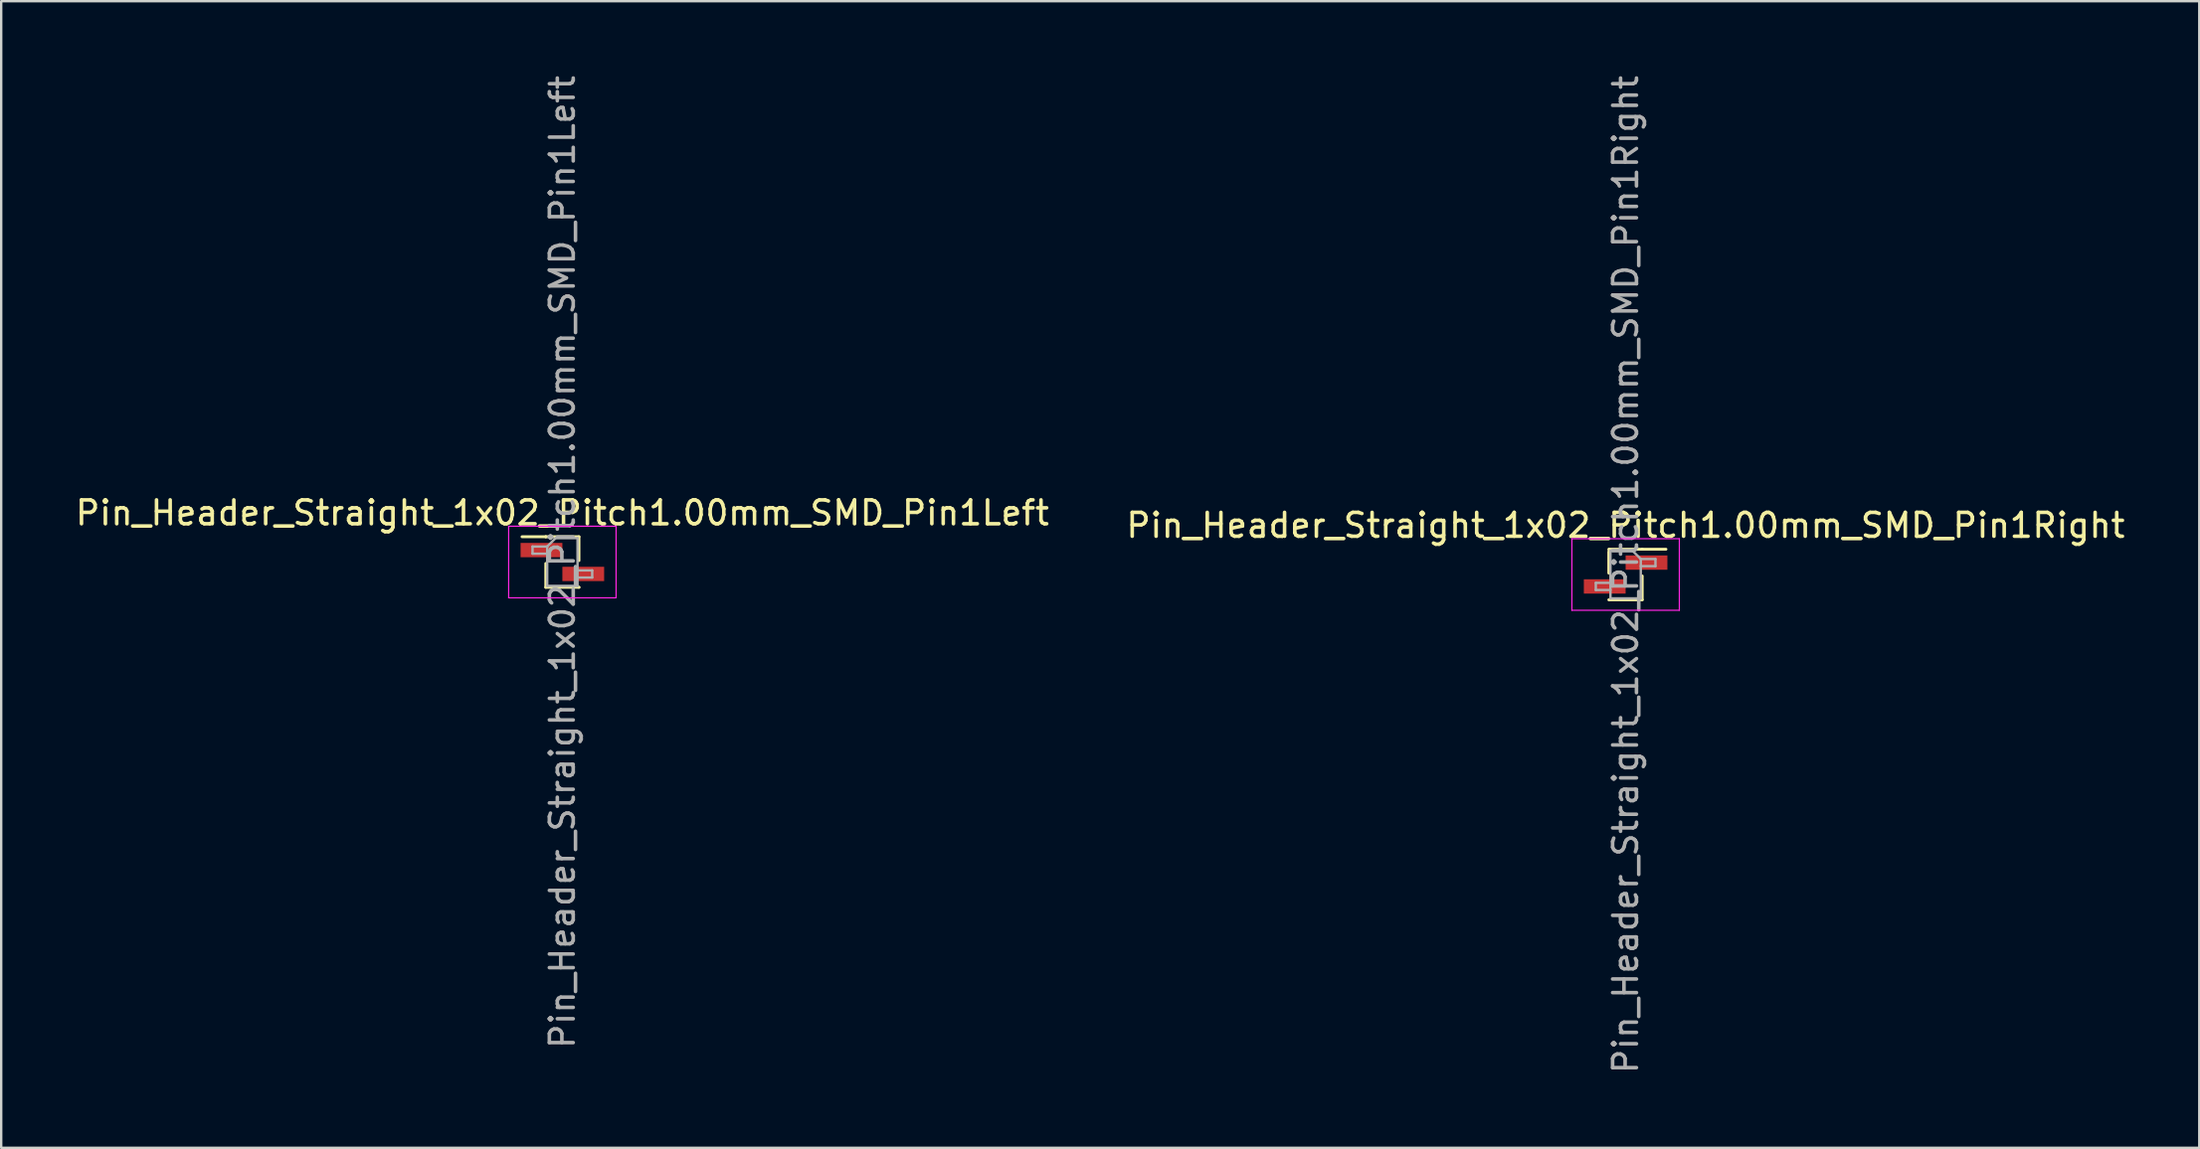
<source format=kicad_pcb>
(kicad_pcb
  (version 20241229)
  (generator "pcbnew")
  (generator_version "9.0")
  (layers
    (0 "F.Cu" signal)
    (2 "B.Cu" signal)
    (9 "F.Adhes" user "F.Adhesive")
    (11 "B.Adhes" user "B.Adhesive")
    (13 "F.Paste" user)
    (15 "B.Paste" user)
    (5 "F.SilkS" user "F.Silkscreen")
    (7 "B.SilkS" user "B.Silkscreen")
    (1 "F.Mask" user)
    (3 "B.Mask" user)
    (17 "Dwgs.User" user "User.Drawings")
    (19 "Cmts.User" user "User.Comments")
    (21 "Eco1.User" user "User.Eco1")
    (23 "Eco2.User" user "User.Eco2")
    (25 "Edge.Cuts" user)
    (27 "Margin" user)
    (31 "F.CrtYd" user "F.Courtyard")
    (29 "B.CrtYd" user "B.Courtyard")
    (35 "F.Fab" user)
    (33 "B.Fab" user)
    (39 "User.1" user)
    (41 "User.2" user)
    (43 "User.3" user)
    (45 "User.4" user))
  (footprint "Pin_Header_Straight_1x02_Pitch1.00mm_SMD_Pin1Right"
    (layer "F.Cu")
    (at 65.042 21.03)
    (property "Reference" "Pin_Header_Straight_1x02_Pitch1.00mm_SMD_Pin1Right" (at 0 -2.06 0) (layer "F.SilkS") (effects (font (size 1 1) (thickness 0.15))))
    (attr smd)
    (fp_line (start -0.695 -1.06) (end -0.695 -0.06) (stroke (width 0.12) (type solid)) (layer "F.SilkS"))
    (fp_line (start -0.695 -1.06) (end 0.695 -1.06) (stroke (width 0.12) (type solid)) (layer "F.SilkS"))
    (fp_line (start -0.695 -0.94) (end -0.695 -0.06) (stroke (width 0.12) (type solid)) (layer "F.SilkS"))
    (fp_line (start -0.695 1.06) (end -0.695 1.06) (stroke (width 0.12) (type solid)) (layer "F.SilkS"))
    (fp_line (start -0.695 1.06) (end 0.695 1.06) (stroke (width 0.12) (type solid)) (layer "F.SilkS"))
    (fp_line (start 0.695 -1.06) (end 0.695 -1.06) (stroke (width 0.12) (type solid)) (layer "F.SilkS"))
    (fp_line (start 0.695 -1.06) (end 1.69 -1.06) (stroke (width 0.12) (type solid)) (layer "F.SilkS"))
    (fp_line (start 0.695 0.06) (end 0.695 1.06) (stroke (width 0.12) (type solid)) (layer "F.SilkS"))
    (fp_line (start -2.25 -1.5) (end -2.25 1.5) (stroke (width 0.05) (type solid)) (layer "F.CrtYd"))
    (fp_line (start -2.25 1.5) (end 2.25 1.5) (stroke (width 0.05) (type solid)) (layer "F.CrtYd"))
    (fp_line (start 2.25 -1.5) (end -2.25 -1.5) (stroke (width 0.05) (type solid)) (layer "F.CrtYd"))
    (fp_line (start 2.25 1.5) (end 2.25 -1.5) (stroke (width 0.05) (type solid)) (layer "F.CrtYd"))
    (fp_line (start -1.25 0.35) (end -1.25 0.65) (stroke (width 0.1) (type solid)) (layer "F.Fab"))
    (fp_line (start -1.25 0.65) (end -0.635 0.65) (stroke (width 0.1) (type solid)) (layer "F.Fab"))
    (fp_line (start -0.635 -1) (end -0.635 1) (stroke (width 0.1) (type solid)) (layer "F.Fab"))
    (fp_line (start -0.635 -1) (end 0.285 -1) (stroke (width 0.1) (type solid)) (layer "F.Fab"))
    (fp_line (start -0.635 0.35) (end -1.25 0.35) (stroke (width 0.1) (type solid)) (layer "F.Fab"))
    (fp_line (start 0.635 -0.65) (end 0.285 -1) (stroke (width 0.1) (type solid)) (layer "F.Fab"))
    (fp_line (start 0.635 -0.65) (end 1.25 -0.65) (stroke (width 0.1) (type solid)) (layer "F.Fab"))
    (fp_line (start 0.635 1) (end -0.635 1) (stroke (width 0.1) (type solid)) (layer "F.Fab"))
    (fp_line (start 0.635 1) (end 0.635 -0.65) (stroke (width 0.1) (type solid)) (layer "F.Fab"))
    (fp_line (start 1.25 -0.65) (end 1.25 -0.35) (stroke (width 0.1) (type solid)) (layer "F.Fab"))
    (fp_line (start 1.25 -0.35) (end 0.635 -0.35) (stroke (width 0.1) (type solid)) (layer "F.Fab"))
    (fp_text user "${REFERENCE}" (at 0 0 90) (layer "F.Fab") (effects (font (size 1 1) (thickness 0.15))))
    (pad "1" smd rect (at 0.875 -0.5) (size 1.75 0.6) (layers "F.Cu" "F.Mask" "F.Paste"))
    (pad "2" smd rect (at -0.875 0.5) (size 1.75 0.6) (layers "F.Cu" "F.Mask" "F.Paste")))
  (footprint "Pin_Header_Straight_1x02_Pitch1.00mm_SMD_Pin1Left"
    (layer "F.Cu")
    (at 20.506 20.506)
    (property "Reference" "Pin_Header_Straight_1x02_Pitch1.00mm_SMD_Pin1Left" (at 0 -2.06 0) (layer "F.SilkS") (effects (font (size 1 1) (thickness 0.15))))
    (attr smd)
    (fp_line (start -0.695 -1.06) (end -1.69 -1.06) (stroke (width 0.12) (type solid)) (layer "F.SilkS"))
    (fp_line (start -0.695 -1.06) (end -0.695 -1.06) (stroke (width 0.12) (type solid)) (layer "F.SilkS"))
    (fp_line (start -0.695 -1.06) (end 0.695 -1.06) (stroke (width 0.12) (type solid)) (layer "F.SilkS"))
    (fp_line (start -0.695 0.06) (end -0.695 1.06) (stroke (width 0.12) (type solid)) (layer "F.SilkS"))
    (fp_line (start -0.695 1.06) (end 0.695 1.06) (stroke (width 0.12) (type solid)) (layer "F.SilkS"))
    (fp_line (start 0.695 -1.06) (end 0.695 -0.06) (stroke (width 0.12) (type solid)) (layer "F.SilkS"))
    (fp_line (start 0.695 1.06) (end 0.695 1.06) (stroke (width 0.12) (type solid)) (layer "F.SilkS"))
    (fp_line (start -2.25 -1.5) (end -2.25 1.5) (stroke (width 0.05) (type solid)) (layer "F.CrtYd"))
    (fp_line (start -2.25 1.5) (end 2.25 1.5) (stroke (width 0.05) (type solid)) (layer "F.CrtYd"))
    (fp_line (start 2.25 -1.5) (end -2.25 -1.5) (stroke (width 0.05) (type solid)) (layer "F.CrtYd"))
    (fp_line (start 2.25 1.5) (end 2.25 -1.5) (stroke (width 0.05) (type solid)) (layer "F.CrtYd"))
    (fp_line (start -1.25 -0.65) (end -1.25 -0.35) (stroke (width 0.1) (type solid)) (layer "F.Fab"))
    (fp_line (start -1.25 -0.35) (end -0.635 -0.35) (stroke (width 0.1) (type solid)) (layer "F.Fab"))
    (fp_line (start -0.635 -0.65) (end -1.25 -0.65) (stroke (width 0.1) (type solid)) (layer "F.Fab"))
    (fp_line (start -0.635 -0.65) (end -0.285 -1) (stroke (width 0.1) (type solid)) (layer "F.Fab"))
    (fp_line (start -0.635 1) (end -0.635 -0.65) (stroke (width 0.1) (type solid)) (layer "F.Fab"))
    (fp_line (start -0.285 -1) (end 0.635 -1) (stroke (width 0.1) (type solid)) (layer "F.Fab"))
    (fp_line (start 0.635 -1) (end 0.635 1) (stroke (width 0.1) (type solid)) (layer "F.Fab"))
    (fp_line (start 0.635 0.35) (end 1.25 0.35) (stroke (width 0.1) (type solid)) (layer "F.Fab"))
    (fp_line (start 0.635 1) (end -0.635 1) (stroke (width 0.1) (type solid)) (layer "F.Fab"))
    (fp_line (start 1.25 0.35) (end 1.25 0.65) (stroke (width 0.1) (type solid)) (layer "F.Fab"))
    (fp_line (start 1.25 0.65) (end 0.635 0.65) (stroke (width 0.1) (type solid)) (layer "F.Fab"))
    (fp_text user "${REFERENCE}" (at 0 0 90) (layer "F.Fab") (effects (font (size 1 1) (thickness 0.15))))
    (pad "1" smd rect (at -0.875 -0.5) (size 1.75 0.6) (layers "F.Cu" "F.Mask" "F.Paste"))
    (pad "2" smd rect (at 0.875 0.5) (size 1.75 0.6) (layers "F.Cu" "F.Mask" "F.Paste")))
  (gr_rect
    (start -3 -3)
    (end 89.071 45.06)
    (stroke (width 0.1) (type default))
    (fill no)
    (layer "Edge.Cuts")))
</source>
